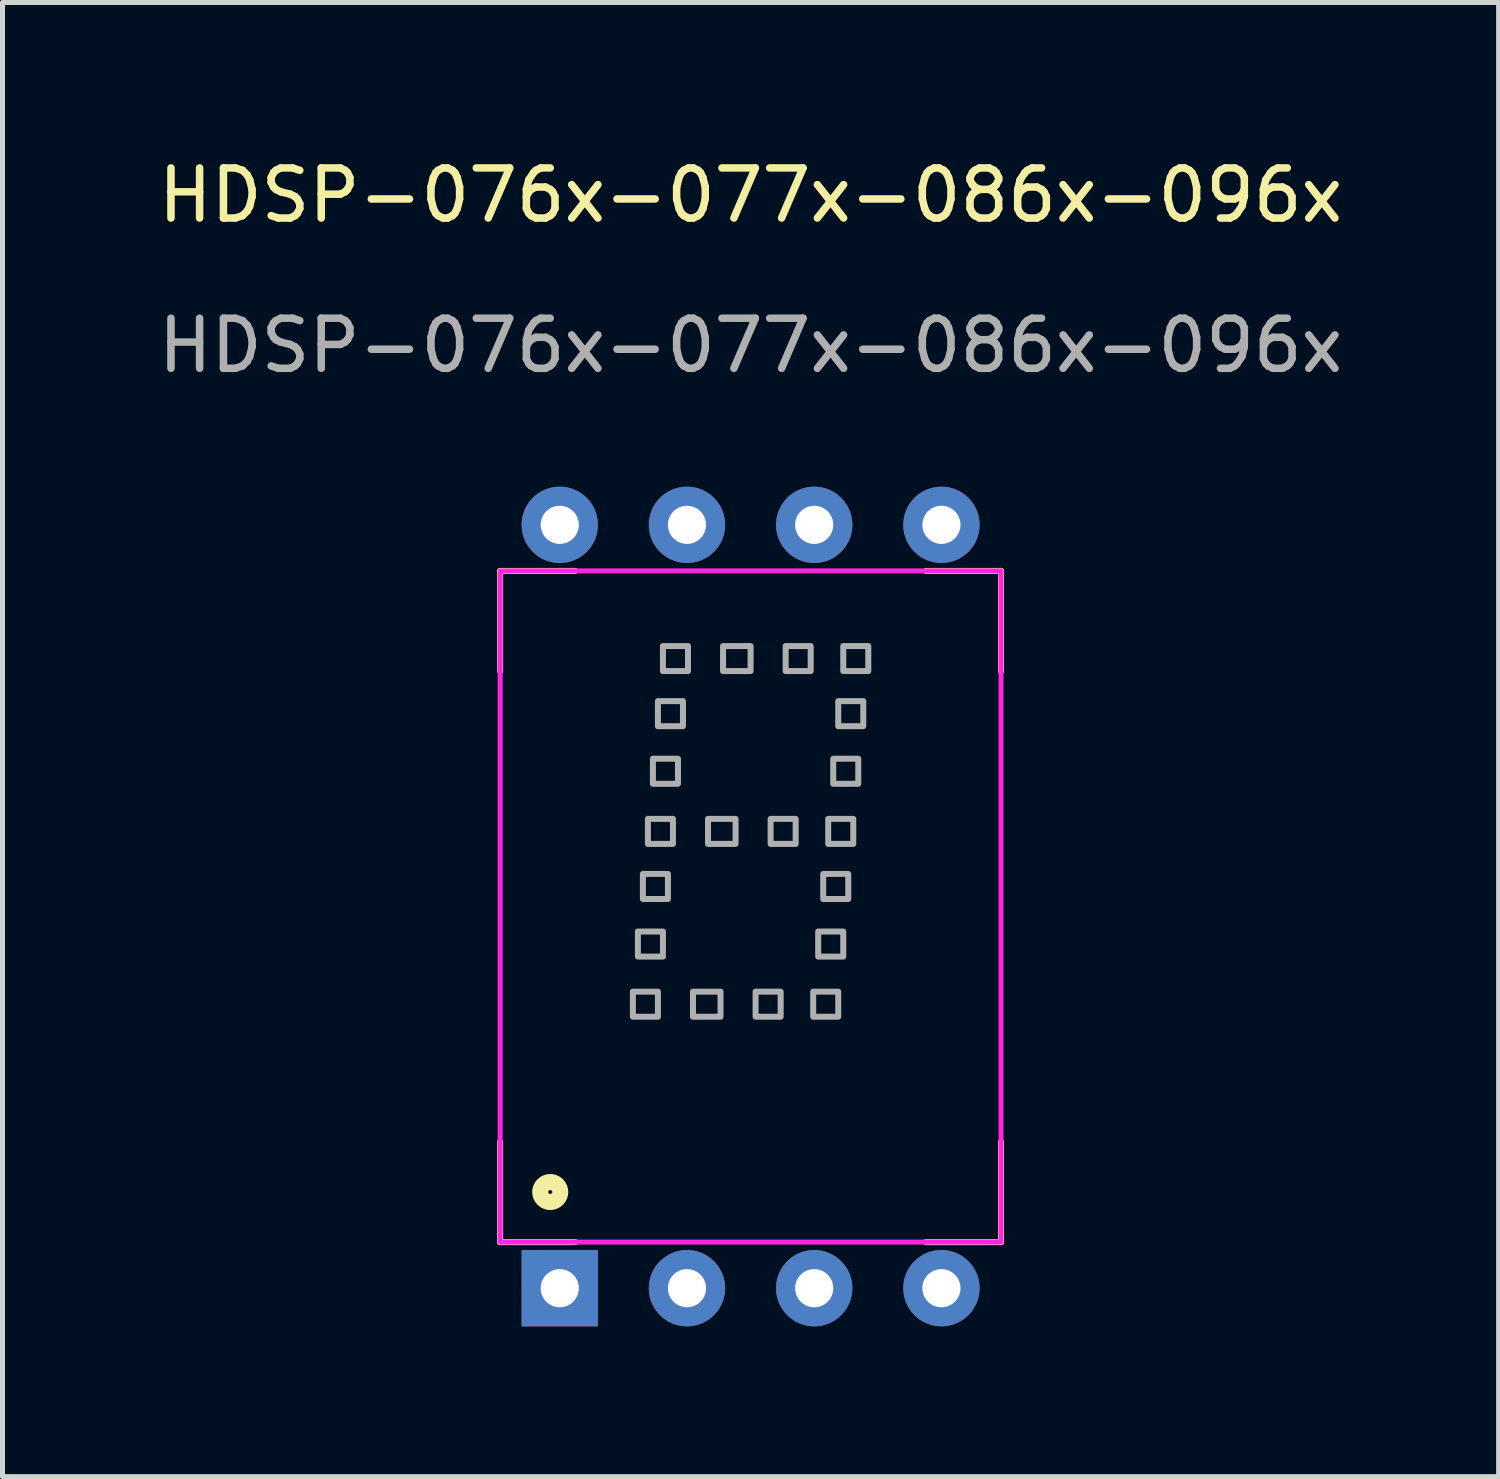
<source format=kicad_pcb>
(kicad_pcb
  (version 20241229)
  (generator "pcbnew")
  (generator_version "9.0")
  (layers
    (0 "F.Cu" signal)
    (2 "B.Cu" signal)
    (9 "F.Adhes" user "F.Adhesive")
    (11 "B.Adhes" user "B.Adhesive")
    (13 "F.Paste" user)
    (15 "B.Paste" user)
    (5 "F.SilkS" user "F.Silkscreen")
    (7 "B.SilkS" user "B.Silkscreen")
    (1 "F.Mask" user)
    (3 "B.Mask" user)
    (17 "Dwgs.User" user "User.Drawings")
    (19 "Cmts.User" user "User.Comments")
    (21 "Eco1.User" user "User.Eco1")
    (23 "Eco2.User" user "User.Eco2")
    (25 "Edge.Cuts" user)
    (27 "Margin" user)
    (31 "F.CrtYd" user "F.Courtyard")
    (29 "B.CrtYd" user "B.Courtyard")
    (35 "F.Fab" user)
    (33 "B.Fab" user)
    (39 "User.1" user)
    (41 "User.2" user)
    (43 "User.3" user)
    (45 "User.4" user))
  (footprint "HDSP-076x-077x-086x-096x"
    (layer "F.Cu")
    (at 11.935 15.048)
    (property "Reference" "HDSP-076x-077x-086x-096x" (at 0 -14.2 0) (unlocked yes) (layer "F.SilkS") (effects (font (size 1 1) (thickness 0.15))))
    (attr through_hole)
    (fp_line (start -5 -6.7) (end -5 -4.7) (stroke (width 0.12) (type solid)) (layer "F.SilkS"))
    (fp_line (start -5 -6.7) (end -3.5 -6.7) (stroke (width 0.12) (type solid)) (layer "F.SilkS"))
    (fp_line (start -5 6.7) (end -5 4.7) (stroke (width 0.12) (type solid)) (layer "F.SilkS"))
    (fp_line (start -5 6.7) (end -3.5 6.7) (stroke (width 0.12) (type solid)) (layer "F.SilkS"))
    (fp_line (start 5 -6.7) (end 3.5 -6.7) (stroke (width 0.12) (type solid)) (layer "F.SilkS"))
    (fp_line (start 5 -6.7) (end 5 -4.7) (stroke (width 0.12) (type solid)) (layer "F.SilkS"))
    (fp_line (start 5 6.7) (end 3.5 6.7) (stroke (width 0.12) (type solid)) (layer "F.SilkS"))
    (fp_line (start 5 6.7) (end 5 4.7) (stroke (width 0.12) (type solid)) (layer "F.SilkS"))
    (fp_circle (center -4 5.7) (end -3.9 5.7) (stroke (width 0.12) (type solid)) (fill no) (layer "F.SilkS"))
    (fp_circle (center -4 5.7) (end -3.8 5.7) (stroke (width 0.12) (type solid)) (fill no) (layer "F.SilkS"))
    (fp_circle (center -4 5.7) (end -3.7 5.7) (stroke (width 0.12) (type solid)) (fill no) (layer "F.SilkS"))
    (fp_rect (start -5 -6.7) (end 5 6.7) (stroke (width 0.1) (type solid)) (fill no) (layer "F.CrtYd"))
    (fp_rect (start -2.35 1.7) (end -1.85 2.2) (stroke (width 0.12) (type solid)) (fill no) (layer "F.Fab"))
    (fp_rect (start -2.25 0.5) (end -1.75 1) (stroke (width 0.12) (type solid)) (fill no) (layer "F.Fab"))
    (fp_rect (start -2.15 -0.65) (end -1.65 -0.15) (stroke (width 0.12) (type solid)) (fill no) (layer "F.Fab"))
    (fp_rect (start -2.05 -1.75) (end -1.55 -1.25) (stroke (width 0.12) (type solid)) (fill no) (layer "F.Fab"))
    (fp_rect (start -1.95 -2.95) (end -1.45 -2.45) (stroke (width 0.12) (type solid)) (fill no) (layer "F.Fab"))
    (fp_rect (start -1.85 -4.1) (end -1.35 -3.6) (stroke (width 0.12) (type solid)) (fill no) (layer "F.Fab"))
    (fp_rect (start -1.75 -5.2) (end -1.25 -4.7) (stroke (width 0.12) (type solid)) (fill no) (layer "F.Fab"))
    (fp_rect (start -1.15 1.7) (end -0.6 2.2) (stroke (width 0.12) (type solid)) (fill no) (layer "F.Fab"))
    (fp_rect (start -0.85 -1.75) (end -0.3 -1.25) (stroke (width 0.12) (type solid)) (fill no) (layer "F.Fab"))
    (fp_rect (start -0.55 -5.2) (end 0 -4.7) (stroke (width 0.12) (type solid)) (fill no) (layer "F.Fab"))
    (fp_rect (start 0.1 1.7) (end 0.6 2.2) (stroke (width 0.12) (type solid)) (fill no) (layer "F.Fab"))
    (fp_rect (start 0.4 -1.75) (end 0.9 -1.25) (stroke (width 0.12) (type solid)) (fill no) (layer "F.Fab"))
    (fp_rect (start 0.7 -5.2) (end 1.2 -4.7) (stroke (width 0.12) (type solid)) (fill no) (layer "F.Fab"))
    (fp_rect (start 1.25 1.7) (end 1.75 2.2) (stroke (width 0.12) (type solid)) (fill no) (layer "F.Fab"))
    (fp_rect (start 1.35 0.5) (end 1.85 1) (stroke (width 0.12) (type solid)) (fill no) (layer "F.Fab"))
    (fp_rect (start 1.45 -0.65) (end 1.95 -0.15) (stroke (width 0.12) (type solid)) (fill no) (layer "F.Fab"))
    (fp_rect (start 1.55 -1.75) (end 2.05 -1.25) (stroke (width 0.12) (type solid)) (fill no) (layer "F.Fab"))
    (fp_rect (start 1.65 -2.95) (end 2.15 -2.45) (stroke (width 0.12) (type solid)) (fill no) (layer "F.Fab"))
    (fp_rect (start 1.75 -4.1) (end 2.25 -3.6) (stroke (width 0.12) (type solid)) (fill no) (layer "F.Fab"))
    (fp_rect (start 1.85 -5.2) (end 2.35 -4.7) (stroke (width 0.12) (type solid)) (fill no) (layer "F.Fab"))
    (fp_text user "${REFERENCE}" (at 0 -11.2 0) (unlocked yes) (layer "F.Fab") (effects (font (size 1 1) (thickness 0.15))))
    (pad "1" thru_hole rect (at -3.81 7.62) (size 1.524 1.524) (drill 0.762) (layers "*.Cu" "*.Mask"))
    (pad "2" thru_hole circle (at -1.27 7.62) (size 1.524 1.524) (drill 0.762) (layers "*.Cu" "*.Mask"))
    (pad "3" thru_hole circle (at 1.27 7.62) (size 1.524 1.524) (drill 0.762) (layers "*.Cu" "*.Mask"))
    (pad "4" thru_hole circle (at 3.81 7.62) (size 1.524 1.524) (drill 0.762) (layers "*.Cu" "*.Mask"))
    (pad "5" thru_hole circle (at 3.81 -7.62) (size 1.524 1.524) (drill 0.762) (layers "*.Cu" "*.Mask"))
    (pad "6" thru_hole circle (at 1.27 -7.62) (size 1.524 1.524) (drill 0.762) (layers "*.Cu" "*.Mask"))
    (pad "7" thru_hole circle (at -1.27 -7.62) (size 1.524 1.524) (drill 0.762) (layers "*.Cu" "*.Mask"))
    (pad "8" thru_hole circle (at -3.81 -7.62) (size 1.524 1.524) (drill 0.762) (layers "*.Cu" "*.Mask")))
  (gr_rect
    (start -3 -3)
    (end 26.869 26.43)
    (stroke (width 0.1) (type default))
    (fill no)
    (layer "Edge.Cuts")))
</source>
